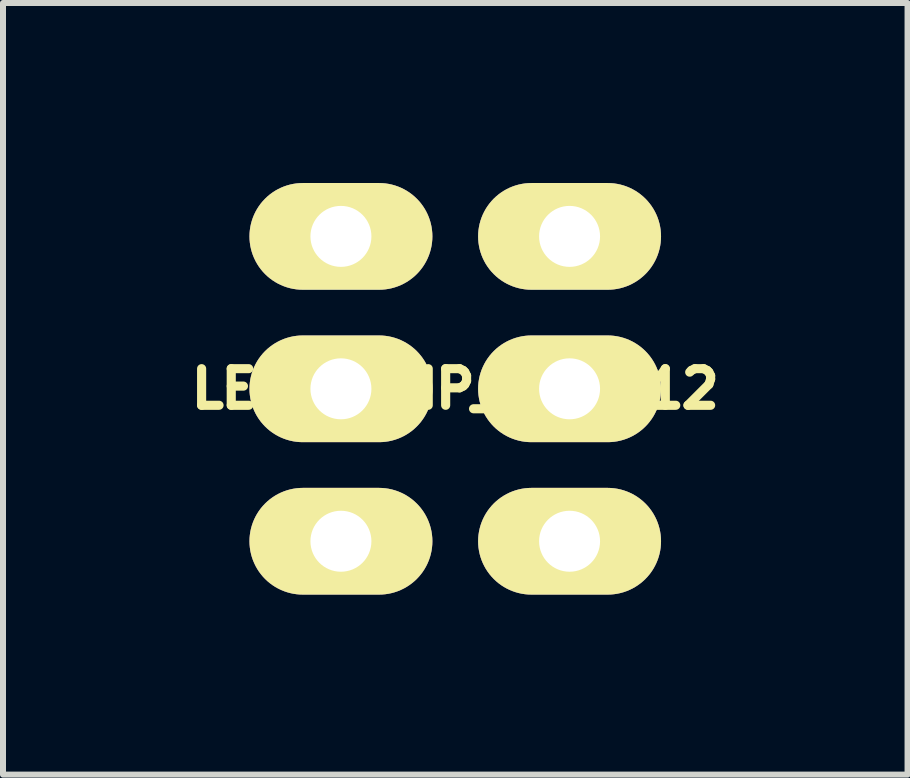
<source format=kicad_pcb>
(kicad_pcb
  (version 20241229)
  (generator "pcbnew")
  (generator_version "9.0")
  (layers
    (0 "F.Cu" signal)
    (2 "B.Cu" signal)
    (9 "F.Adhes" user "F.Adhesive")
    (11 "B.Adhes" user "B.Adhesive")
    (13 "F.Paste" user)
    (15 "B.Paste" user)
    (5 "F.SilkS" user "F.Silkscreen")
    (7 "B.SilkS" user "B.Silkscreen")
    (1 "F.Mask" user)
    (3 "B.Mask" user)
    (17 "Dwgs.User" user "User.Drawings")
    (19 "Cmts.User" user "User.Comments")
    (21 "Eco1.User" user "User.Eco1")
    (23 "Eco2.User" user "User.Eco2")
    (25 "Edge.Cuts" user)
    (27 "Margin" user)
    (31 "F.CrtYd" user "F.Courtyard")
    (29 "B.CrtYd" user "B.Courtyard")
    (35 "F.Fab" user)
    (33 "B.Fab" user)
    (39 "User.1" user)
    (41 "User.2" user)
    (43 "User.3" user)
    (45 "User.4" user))
  (footprint "LED_STRIP_WS2812"
    (layer "F.Cu")
    (at 4.536 3.429)
    (property "Reference" "LED_STRIP_WS2812" (at 0 0 0) (layer "F.SilkS") (effects (font (size 0.61 0.61) (thickness 0.152))))
    (attr through_hole)
    (pad "1" thru_hole oval (at -1.905 -2.54) (size 3.048 1.778) (drill 1.016) (layers "*.Cu" "*.Mask" "F.SilkS"))
    (pad "2" thru_hole oval (at 1.905 -2.54) (size 3.048 1.778) (drill 1.016) (layers "*.Cu" "*.Mask" "F.SilkS"))
    (pad "3" thru_hole oval (at -1.905 0) (size 3.048 1.778) (drill 1.016) (layers "*.Cu" "*.Mask" "F.SilkS"))
    (pad "4" thru_hole oval (at 1.905 0) (size 3.048 1.778) (drill 1.016) (layers "*.Cu" "*.Mask" "F.SilkS"))
    (pad "5" thru_hole oval (at -1.905 2.54) (size 3.048 1.778) (drill 1.016) (layers "*.Cu" "*.Mask" "F.SilkS"))
    (pad "6" thru_hole oval (at 1.905 2.54) (size 3.048 1.778) (drill 1.016) (layers "*.Cu" "*.Mask" "F.SilkS")))
  (gr_rect
    (start -3 -3)
    (end 12.073 9.858)
    (stroke (width 0.1) (type default))
    (fill no)
    (layer "Edge.Cuts")))
</source>
